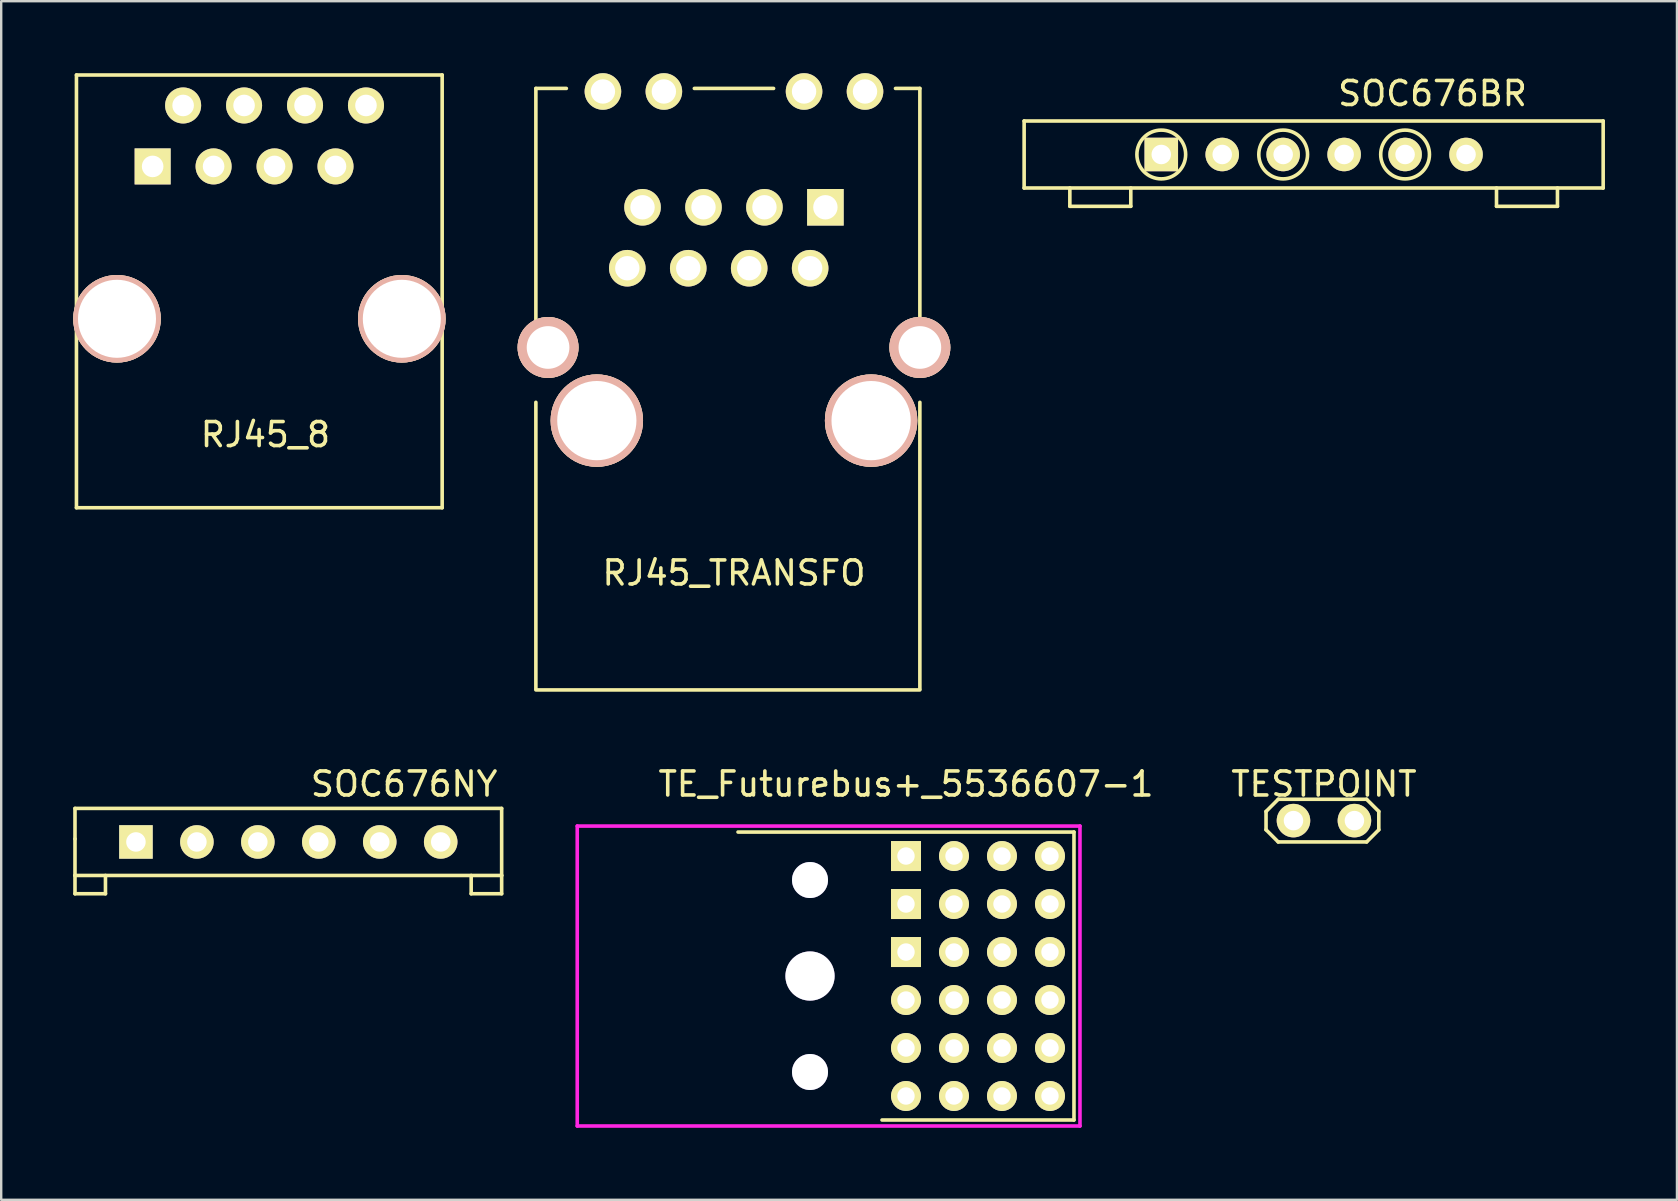
<source format=kicad_pcb>
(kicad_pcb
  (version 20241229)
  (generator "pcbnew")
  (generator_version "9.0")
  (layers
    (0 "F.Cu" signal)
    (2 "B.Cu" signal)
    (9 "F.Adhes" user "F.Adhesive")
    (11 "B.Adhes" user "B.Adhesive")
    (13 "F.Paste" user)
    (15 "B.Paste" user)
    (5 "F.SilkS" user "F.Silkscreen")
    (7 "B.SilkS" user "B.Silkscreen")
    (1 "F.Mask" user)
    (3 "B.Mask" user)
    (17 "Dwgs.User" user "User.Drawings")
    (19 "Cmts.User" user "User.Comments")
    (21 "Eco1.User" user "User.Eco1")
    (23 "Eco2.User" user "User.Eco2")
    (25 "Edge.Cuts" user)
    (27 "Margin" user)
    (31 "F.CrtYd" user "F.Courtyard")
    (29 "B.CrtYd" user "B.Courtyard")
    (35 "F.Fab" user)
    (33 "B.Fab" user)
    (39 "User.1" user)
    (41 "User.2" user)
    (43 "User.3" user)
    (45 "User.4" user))
  (footprint "SOC676BR"
    (layer "F.Cu")
    (at 51.693 3.388)
    (property "Reference" "SOC676BR" (at 4.953 -2.54 0) (layer "F.SilkS") (effects (font (size 1 1) (thickness 0.15))))
    (attr through_hole)
    (fp_line (start -12.065 -1.397) (end 12.065 -1.397) (stroke (width 0.15) (type solid)) (layer "F.SilkS"))
    (fp_line (start -12.065 1.397) (end -12.065 -1.397) (stroke (width 0.15) (type solid)) (layer "F.SilkS"))
    (fp_line (start -10.16 2.159) (end -10.16 1.397) (stroke (width 0.15) (type solid)) (layer "F.SilkS"))
    (fp_line (start -7.62 2.159) (end -10.16 2.159) (stroke (width 0.15) (type solid)) (layer "F.SilkS"))
    (fp_line (start -7.62 2.159) (end -7.62 1.397) (stroke (width 0.15) (type solid)) (layer "F.SilkS"))
    (fp_line (start 7.62 1.397) (end 7.62 2.159) (stroke (width 0.15) (type solid)) (layer "F.SilkS"))
    (fp_line (start 7.62 2.159) (end 10.16 2.159) (stroke (width 0.15) (type solid)) (layer "F.SilkS"))
    (fp_line (start 10.16 2.159) (end 10.16 1.397) (stroke (width 0.15) (type solid)) (layer "F.SilkS"))
    (fp_line (start 12.065 -1.397) (end 12.065 1.397) (stroke (width 0.15) (type solid)) (layer "F.SilkS"))
    (fp_line (start 12.065 1.397) (end -12.065 1.397) (stroke (width 0.15) (type solid)) (layer "F.SilkS"))
    (fp_circle (center -6.35 0) (end -6.35 -1.016) (stroke (width 0.15) (type solid)) (fill no) (layer "F.SilkS"))
    (fp_circle (center -1.27 0) (end -1.27 -1.016) (stroke (width 0.15) (type solid)) (fill no) (layer "F.SilkS"))
    (fp_circle (center 3.81 0) (end 3.81 -1.016) (stroke (width 0.15) (type solid)) (fill no) (layer "F.SilkS"))
    (pad "1" thru_hole rect (at -6.35 0) (size 1.397 1.397) (drill 0.813) (layers "*.Cu" "*.Mask" "F.SilkS"))
    (pad "2" thru_hole circle (at -3.81 0) (size 1.397 1.397) (drill 0.813) (layers "*.Cu" "*.Mask" "F.SilkS"))
    (pad "3" thru_hole circle (at -1.27 0) (size 1.397 1.397) (drill 0.813) (layers "*.Cu" "*.Mask" "F.SilkS"))
    (pad "4" thru_hole circle (at 1.27 0) (size 1.397 1.397) (drill 0.813) (layers "*.Cu" "*.Mask" "F.SilkS"))
    (pad "5" thru_hole circle (at 3.81 0) (size 1.397 1.397) (drill 0.813) (layers "*.Cu" "*.Mask" "F.SilkS"))
    (pad "6" thru_hole circle (at 6.35 0) (size 1.397 1.397) (drill 0.813) (layers "*.Cu" "*.Mask" "F.SilkS")))
  (footprint "RJ45_TRANSFO"
    (layer "F.Cu")
    (at 31.346 5.588)
    (property "Reference" "RJ45_TRANSFO" (at -3.81 15.24 0) (layer "F.SilkS") (effects (font (size 1 1) (thickness 0.15))))
    (attr through_hole)
    (fp_line (start -12.065 -4.953) (end -10.795 -4.953) (stroke (width 0.15) (type solid)) (layer "F.SilkS"))
    (fp_line (start -12.065 4.953) (end -12.065 -4.953) (stroke (width 0.15) (type solid)) (layer "F.SilkS"))
    (fp_line (start -12.065 20.066) (end -12.065 8.128) (stroke (width 0.15) (type solid)) (layer "F.SilkS"))
    (fp_line (start -12.065 20.112) (end 3.937 20.112) (stroke (width 0.15) (type solid)) (layer "F.SilkS"))
    (fp_line (start -5.461 -4.953) (end -2.159 -4.953) (stroke (width 0.15) (type solid)) (layer "F.SilkS"))
    (fp_line (start 3.937 -4.953) (end 2.921 -4.953) (stroke (width 0.15) (type solid)) (layer "F.SilkS"))
    (fp_line (start 3.937 4.953) (end 3.937 -4.953) (stroke (width 0.15) (type solid)) (layer "F.SilkS"))
    (fp_line (start 3.937 20.066) (end 3.937 8.128) (stroke (width 0.15) (type solid)) (layer "F.SilkS"))
    (pad "1" thru_hole rect (at 0 0) (size 1.524 1.524) (drill 1.016) (layers "*.Cu" "*.Mask" "F.SilkS"))
    (pad "2" thru_hole circle (at -0.635 2.54) (size 1.524 1.524) (drill 1.016) (layers "*.Cu" "*.Mask" "F.SilkS"))
    (pad "3" thru_hole circle (at -2.54 0) (size 1.524 1.524) (drill 1.016) (layers "*.Cu" "*.Mask" "F.SilkS"))
    (pad "4" thru_hole circle (at -3.175 2.54) (size 1.524 1.524) (drill 1.016) (layers "*.Cu" "*.Mask" "F.SilkS"))
    (pad "5" thru_hole circle (at -5.08 0) (size 1.524 1.524) (drill 1.016) (layers "*.Cu" "*.Mask" "F.SilkS"))
    (pad "6" thru_hole circle (at -5.715 2.54) (size 1.524 1.524) (drill 1.016) (layers "*.Cu" "*.Mask" "F.SilkS"))
    (pad "7" thru_hole circle (at -7.62 0) (size 1.524 1.524) (drill 1.016) (layers "*.Cu" "*.Mask" "F.SilkS"))
    (pad "8" thru_hole circle (at -8.255 2.54) (size 1.524 1.524) (drill 1.016) (layers "*.Cu" "*.Mask" "F.SilkS"))
    (pad "13" thru_hole circle (at -11.557 5.842) (size 2.54 2.54) (drill 1.778) (layers "*.Cu" "*.SilkS" "*.Mask"))
    (pad "13" thru_hole circle (at 3.937 5.842) (size 2.54 2.54) (drill 1.778) (layers "*.Cu" "*.SilkS" "*.Mask"))
    (pad "GA" thru_hole circle (at -0.889 -4.826) (size 1.524 1.524) (drill 1.016) (layers "*.Cu" "*.Mask" "F.SilkS"))
    (pad "GK" thru_hole circle (at 1.651 -4.826) (size 1.524 1.524) (drill 1.016) (layers "*.Cu" "*.Mask" "F.SilkS"))
    (pad "Hole" thru_hole circle (at -9.525 8.89) (size 3.851 3.851) (drill 3.302) (layers "*.Cu" "*.SilkS" "*.Mask"))
    (pad "Hole" thru_hole circle (at 1.905 8.89) (size 3.851 3.851) (drill 3.302) (layers "*.Cu" "*.SilkS" "*.Mask"))
    (pad "YA" thru_hole circle (at -9.271 -4.826) (size 1.524 1.524) (drill 1.016) (layers "*.Cu" "*.Mask" "F.SilkS"))
    (pad "YK" thru_hole circle (at -6.731 -4.826) (size 1.524 1.524) (drill 1.016) (layers "*.Cu" "*.Mask" "F.SilkS")))
  (footprint "RJ45_8"
    (layer "F.Cu")
    (at 7.756 10.235)
    (property "Reference" "RJ45_8" (at 0.254 4.826 0) (layer "F.SilkS") (effects (font (size 1 1) (thickness 0.15))))
    (attr through_hole)
    (fp_line (start -7.62 -10.16) (end -7.62 7.874) (stroke (width 0.15) (type solid)) (layer "F.SilkS"))
    (fp_line (start -7.62 7.874) (end 7.62 7.874) (stroke (width 0.15) (type solid)) (layer "F.SilkS"))
    (fp_line (start 7.62 -10.16) (end -7.62 -10.16) (stroke (width 0.15) (type solid)) (layer "F.SilkS"))
    (fp_line (start 7.62 7.874) (end 7.62 -10.16) (stroke (width 0.15) (type solid)) (layer "F.SilkS"))
    (pad "" np_thru_hole circle (at -5.931 0) (size 3.65 3.65) (drill 3.251) (layers "*.Cu" "*.SilkS" "*.Mask"))
    (pad "" np_thru_hole circle (at 5.939 0) (size 3.65 3.65) (drill 3.251) (layers "*.Cu" "*.SilkS" "*.Mask"))
    (pad "1" thru_hole rect (at -4.445 -6.35) (size 1.501 1.501) (drill 0.899) (layers "*.Cu" "*.Mask" "F.SilkS"))
    (pad "2" thru_hole circle (at -3.175 -8.89) (size 1.501 1.501) (drill 0.899) (layers "*.Cu" "*.Mask" "F.SilkS"))
    (pad "3" thru_hole circle (at -1.905 -6.35) (size 1.501 1.501) (drill 0.899) (layers "*.Cu" "*.Mask" "F.SilkS"))
    (pad "4" thru_hole circle (at -0.635 -8.89) (size 1.501 1.501) (drill 0.899) (layers "*.Cu" "*.Mask" "F.SilkS"))
    (pad "5" thru_hole circle (at 0.635 -6.35) (size 1.501 1.501) (drill 0.899) (layers "*.Cu" "*.Mask" "F.SilkS"))
    (pad "6" thru_hole circle (at 1.905 -8.89) (size 1.501 1.501) (drill 0.899) (layers "*.Cu" "*.Mask" "F.SilkS"))
    (pad "7" thru_hole circle (at 3.175 -6.35) (size 1.501 1.501) (drill 0.899) (layers "*.Cu" "*.Mask" "F.SilkS"))
    (pad "8" thru_hole circle (at 4.445 -8.89) (size 1.501 1.501) (drill 0.899) (layers "*.Cu" "*.Mask" "F.SilkS")))
  (footprint "TESTPOINT"
    (layer "F.Cu")
    (at 52.122 31.147)
    (property "Reference" "TESTPOINT" (at 0 -1.524 0) (layer "F.SilkS") (effects (font (size 1 1) (thickness 0.15))))
    (attr through_hole)
    (fp_line (start -2.413 -0.381) (end -1.905 -0.889) (stroke (width 0.15) (type solid)) (layer "F.SilkS"))
    (fp_line (start -2.413 0.381) (end -2.413 -0.381) (stroke (width 0.15) (type solid)) (layer "F.SilkS"))
    (fp_line (start -1.905 -0.889) (end 1.778 -0.889) (stroke (width 0.15) (type solid)) (layer "F.SilkS"))
    (fp_line (start -1.905 0.889) (end -2.413 0.381) (stroke (width 0.15) (type solid)) (layer "F.SilkS"))
    (fp_line (start 1.778 -0.889) (end 2.286 -0.381) (stroke (width 0.15) (type solid)) (layer "F.SilkS"))
    (fp_line (start 1.778 0.889) (end -1.905 0.889) (stroke (width 0.15) (type solid)) (layer "F.SilkS"))
    (fp_line (start 2.286 -0.381) (end 2.286 0.381) (stroke (width 0.15) (type solid)) (layer "F.SilkS"))
    (fp_line (start 2.286 0.381) (end 1.778 0.889) (stroke (width 0.15) (type solid)) (layer "F.SilkS"))
    (pad "1" thru_hole circle (at -1.27 0) (size 1.397 1.397) (drill 0.813) (layers "*.Cu" "*.Mask" "F.SilkS"))
    (pad "1" thru_hole circle (at 1.27 0) (size 1.397 1.397) (drill 0.813) (layers "*.Cu" "*.Mask" "F.SilkS")))
  (footprint "TE_Futurebus+_5536607-1"
    (layer "F.Cu")
    (at 34.705 32.623)
    (property "Reference" "TE_Futurebus+_5536607-1" (at 0 -3 0) (layer "F.SilkS") (effects (font (size 1 1) (thickness 0.15))))
    (attr through_hole)
    (fp_line (start -7 -1) (end 7 -1) (stroke (width 0.15) (type solid)) (layer "F.SilkS"))
    (fp_line (start 7 -1) (end 7 11) (stroke (width 0.15) (type solid)) (layer "F.SilkS"))
    (fp_line (start 7 11) (end -1 11) (stroke (width 0.15) (type solid)) (layer "F.SilkS"))
    (fp_line (start -13.7 -1.25) (end 7.25 -1.25) (stroke (width 0.15) (type solid)) (layer "F.CrtYd"))
    (fp_line (start -13.7 11.25) (end -13.7 -1.25) (stroke (width 0.15) (type solid)) (layer "F.CrtYd"))
    (fp_line (start 7.25 -1.25) (end 7.25 11.25) (stroke (width 0.15) (type solid)) (layer "F.CrtYd"))
    (fp_line (start 7.25 11.25) (end -13.7 11.25) (stroke (width 0.15) (type solid)) (layer "F.CrtYd"))
    (pad "" thru_hole circle (at -4 1) (size 1.5 1.5) (drill 1.5) (layers "*.Cu" "*.Mask"))
    (pad "" thru_hole circle (at -4 5) (size 2.05 2.05) (drill 2.05) (layers "*.Cu" "*.Mask"))
    (pad "" thru_hole circle (at -4 9) (size 1.5 1.5) (drill 1.5) (layers "*.Cu" "*.Mask"))
    (pad "1" thru_hole rect (at 0 0) (size 1.25 1.25) (drill 0.725) (layers "*.Cu" "*.Mask" "F.SilkS"))
    (pad "1" thru_hole rect (at 0 2) (size 1.25 1.25) (drill 0.725) (layers "*.Cu" "*.Mask" "F.SilkS"))
    (pad "1" thru_hole rect (at 0 4) (size 1.25 1.25) (drill 0.725) (layers "*.Cu" "*.Mask" "F.SilkS"))
    (pad "2" thru_hole circle (at 2 0) (size 1.25 1.25) (drill 0.725) (layers "*.Cu" "*.Mask" "F.SilkS"))
    (pad "2" thru_hole circle (at 2 2) (size 1.25 1.25) (drill 0.725) (layers "*.Cu" "*.Mask" "F.SilkS"))
    (pad "2" thru_hole circle (at 2 4) (size 1.25 1.25) (drill 0.725) (layers "*.Cu" "*.Mask" "F.SilkS"))
    (pad "3" thru_hole circle (at 4 0) (size 1.25 1.25) (drill 0.725) (layers "*.Cu" "*.Mask" "F.SilkS"))
    (pad "3" thru_hole circle (at 4 2) (size 1.25 1.25) (drill 0.725) (layers "*.Cu" "*.Mask" "F.SilkS"))
    (pad "3" thru_hole circle (at 4 4) (size 1.25 1.25) (drill 0.725) (layers "*.Cu" "*.Mask" "F.SilkS"))
    (pad "4" thru_hole circle (at 6 0) (size 1.25 1.25) (drill 0.725) (layers "*.Cu" "*.Mask" "F.SilkS"))
    (pad "4" thru_hole circle (at 6 2) (size 1.25 1.25) (drill 0.725) (layers "*.Cu" "*.Mask" "F.SilkS"))
    (pad "4" thru_hole circle (at 6 4) (size 1.25 1.25) (drill 0.725) (layers "*.Cu" "*.Mask" "F.SilkS"))
    (pad "5" thru_hole circle (at 0 6) (size 1.25 1.25) (drill 0.725) (layers "*.Cu" "*.Mask" "F.SilkS"))
    (pad "5" thru_hole circle (at 0 8) (size 1.25 1.25) (drill 0.725) (layers "*.Cu" "*.Mask" "F.SilkS"))
    (pad "5" thru_hole circle (at 0 10) (size 1.25 1.25) (drill 0.725) (layers "*.Cu" "*.Mask" "F.SilkS"))
    (pad "6" thru_hole circle (at 2 6) (size 1.25 1.25) (drill 0.725) (layers "*.Cu" "*.Mask" "F.SilkS"))
    (pad "6" thru_hole circle (at 2 8) (size 1.25 1.25) (drill 0.725) (layers "*.Cu" "*.Mask" "F.SilkS"))
    (pad "6" thru_hole circle (at 2 10) (size 1.25 1.25) (drill 0.725) (layers "*.Cu" "*.Mask" "F.SilkS"))
    (pad "7" thru_hole circle (at 4 6) (size 1.25 1.25) (drill 0.725) (layers "*.Cu" "*.Mask" "F.SilkS"))
    (pad "7" thru_hole circle (at 4 8) (size 1.25 1.25) (drill 0.725) (layers "*.Cu" "*.Mask" "F.SilkS"))
    (pad "7" thru_hole circle (at 4 10) (size 1.25 1.25) (drill 0.725) (layers "*.Cu" "*.Mask" "F.SilkS"))
    (pad "8" thru_hole circle (at 6 6) (size 1.25 1.25) (drill 0.725) (layers "*.Cu" "*.Mask" "F.SilkS"))
    (pad "8" thru_hole circle (at 6 8) (size 1.25 1.25) (drill 0.725) (layers "*.Cu" "*.Mask" "F.SilkS"))
    (pad "8" thru_hole circle (at 6 10) (size 1.25 1.25) (drill 0.725) (layers "*.Cu" "*.Mask" "F.SilkS")))
  (footprint "SOC676NY"
    (layer "F.Cu")
    (at 8.965 32.036)
    (property "Reference" "SOC676NY" (at 4.826 -2.413 0) (layer "F.SilkS") (effects (font (size 1 1) (thickness 0.15))))
    (attr through_hole)
    (fp_line (start -8.89 -1.397) (end -8.89 -0.127) (stroke (width 0.15) (type solid)) (layer "F.SilkS"))
    (fp_line (start -8.89 -0.127) (end -8.89 1.397) (stroke (width 0.15) (type solid)) (layer "F.SilkS"))
    (fp_line (start -8.89 1.397) (end -8.89 2.159) (stroke (width 0.15) (type solid)) (layer "F.SilkS"))
    (fp_line (start -8.89 1.397) (end 8.89 1.397) (stroke (width 0.15) (type solid)) (layer "F.SilkS"))
    (fp_line (start -8.89 2.159) (end -7.62 2.159) (stroke (width 0.15) (type solid)) (layer "F.SilkS"))
    (fp_line (start -7.62 2.159) (end -7.62 1.397) (stroke (width 0.15) (type solid)) (layer "F.SilkS"))
    (fp_line (start 7.62 1.397) (end 7.62 2.159) (stroke (width 0.15) (type solid)) (layer "F.SilkS"))
    (fp_line (start 7.62 2.159) (end 8.89 2.159) (stroke (width 0.15) (type solid)) (layer "F.SilkS"))
    (fp_line (start 8.89 -1.397) (end -8.89 -1.397) (stroke (width 0.15) (type solid)) (layer "F.SilkS"))
    (fp_line (start 8.89 1.397) (end 8.89 -1.397) (stroke (width 0.15) (type solid)) (layer "F.SilkS"))
    (fp_line (start 8.89 2.159) (end 8.89 1.397) (stroke (width 0.15) (type solid)) (layer "F.SilkS"))
    (pad "1" thru_hole rect (at -6.35 0) (size 1.397 1.397) (drill 0.813) (layers "*.Cu" "*.Mask" "F.SilkS"))
    (pad "2" thru_hole circle (at -3.81 0) (size 1.397 1.397) (drill 0.813) (layers "*.Cu" "*.Mask" "F.SilkS"))
    (pad "3" thru_hole circle (at -1.27 0) (size 1.397 1.397) (drill 0.813) (layers "*.Cu" "*.Mask" "F.SilkS"))
    (pad "4" thru_hole circle (at 1.27 0) (size 1.397 1.397) (drill 0.813) (layers "*.Cu" "*.Mask" "F.SilkS"))
    (pad "5" thru_hole circle (at 3.81 0) (size 1.397 1.397) (drill 0.813) (layers "*.Cu" "*.Mask" "F.SilkS"))
    (pad "6" thru_hole circle (at 6.35 0) (size 1.397 1.397) (drill 0.813) (layers "*.Cu" "*.Mask" "F.SilkS")))
  (gr_rect
    (start -3 -3)
    (end 66.833 46.948)
    (stroke (width 0.1) (type default))
    (fill no)
    (layer "Edge.Cuts")))
</source>
